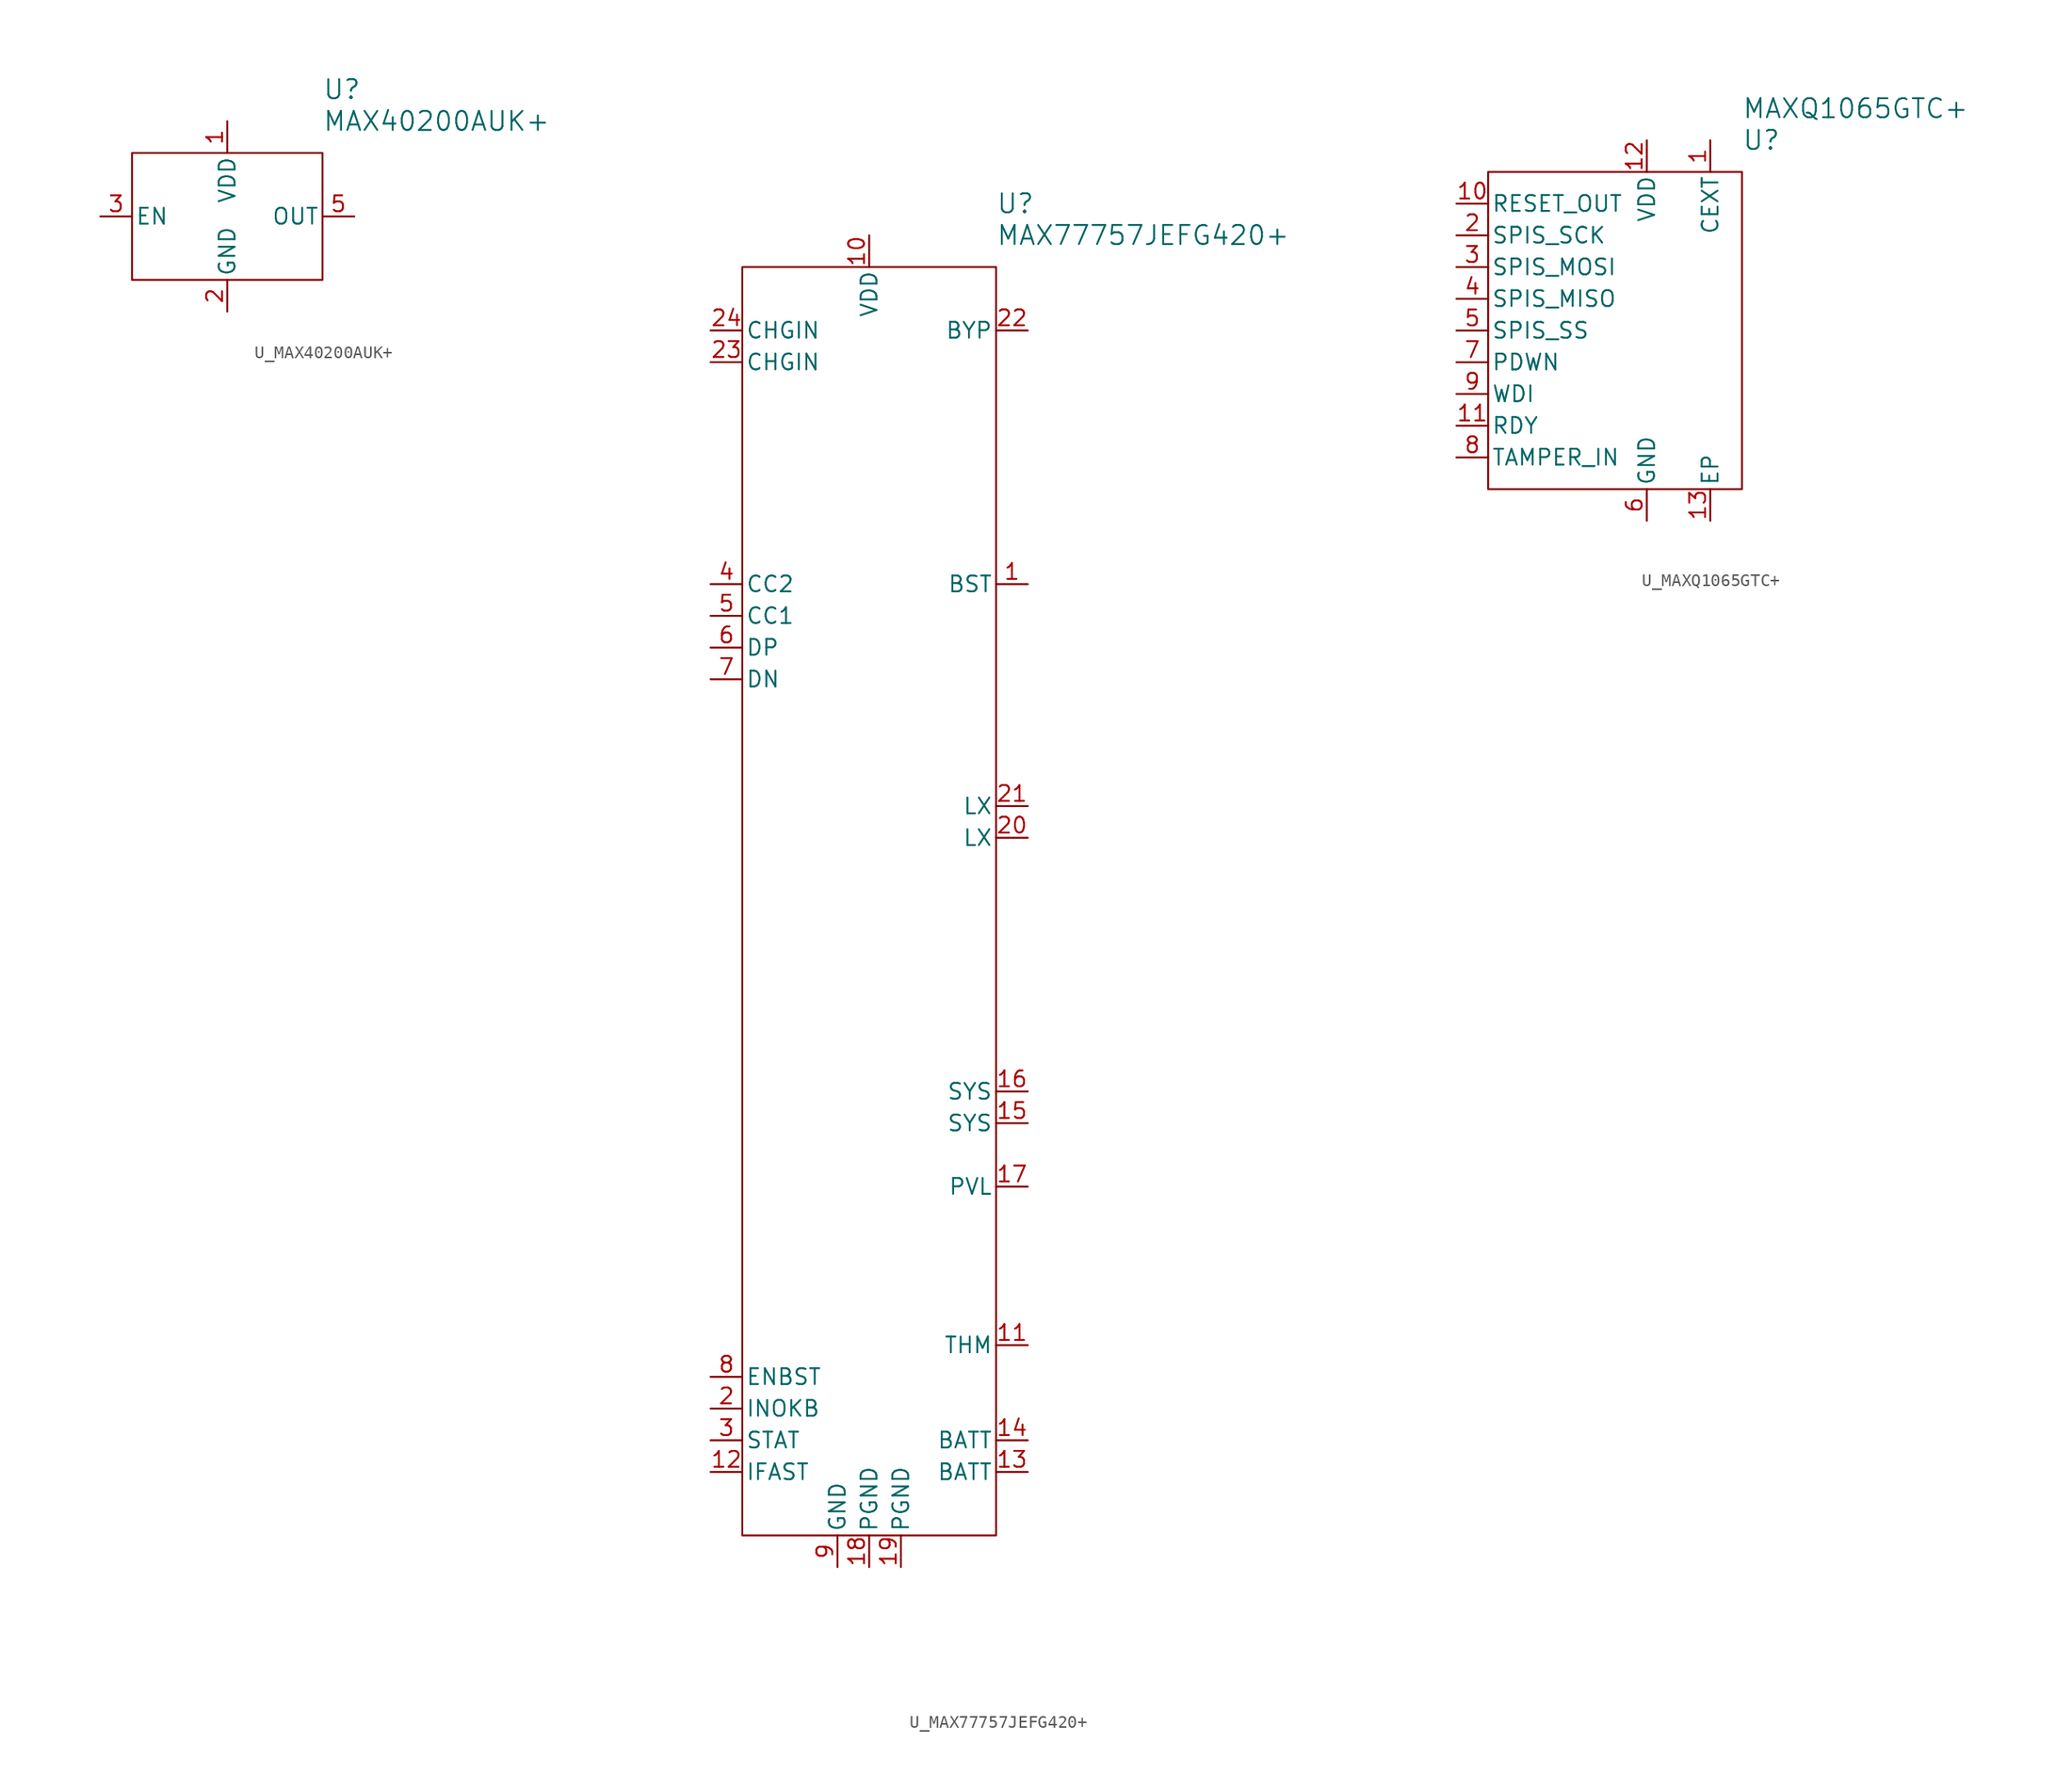
<source format=kicad_sym>
(kicad_symbol_lib
  (version 20241209)
  (generator "kicad_symbol_editor")
  (generator_version "9.0")
  (symbol "U_MAX40200AUK+"
    (pin_names
      (offset 0.254))
    (property "Reference" "U"
      (at 7.62 10.16 0)
      (effects (font (size 1.524 1.524)) (justify left)))
    (property "Value" "MAX40200AUK+"
      (at 7.62 7.62 0)
      (effects (font (size 1.524 1.524)) (justify left)))
    (symbol "U_MAX40200AUK+_0_1"
      (rectangle (start -7.62 5.08) (end 7.62 -5.08) (stroke (width 0) (type default)) (fill (type none))))
    (symbol "U_MAX40200AUK+_1_1"
      (pin input line (at -10.16 0 0) (length 2.54) (name "EN" (effects (font (size 1.27 1.27)))) (number "3" (effects (font (size 1.27 1.27)))))
      (pin no_connect line (at -2.54 -7.62 90) (length 2.54) (hide yes) (name "NC" (effects (font (size 1.27 1.27)))) (number "4" (effects (font (size 1.27 1.27)))))
      (pin power_in line (at 0 7.62 270) (length 2.54) (name "VDD" (effects (font (size 1.27 1.27)))) (number "1" (effects (font (size 1.27 1.27)))))
      (pin power_in line (at 0 -7.62 90) (length 2.54) (name "GND" (effects (font (size 1.27 1.27)))) (number "2" (effects (font (size 1.27 1.27)))))
      (pin power_out line (at 10.16 0 180) (length 2.54) (name "OUT" (effects (font (size 1.27 1.27)))) (number "5" (effects (font (size 1.27 1.27)))))))
  (symbol "U_MAX77757JEFG420+"
    (pin_names
      (offset 0.254))
    (property "Reference" "U"
      (at 10.16 55.88 0)
      (effects (font (size 1.524 1.524)) (justify left)))
    (property "Value" "MAX77757JEFG420+"
      (at 10.16 53.34 0)
      (effects (font (size 1.524 1.524)) (justify left)))
    (symbol "U_MAX77757JEFG420+_0_1"
      (rectangle (start -10.16 50.8) (end 10.16 -50.8) (stroke (width 0) (type default)) (fill (type none)))
      (pin input line (at -12.7 45.72 0) (length 2.54) (name "CHGIN" (effects (font (size 1.27 1.27)))) (number "24" (effects (font (size 1.27 1.27)))))
      (pin input line (at -12.7 43.18 0) (length 2.54) (name "CHGIN" (effects (font (size 1.27 1.27)))) (number "23" (effects (font (size 1.27 1.27)))))
      (pin input line (at -12.7 -38.1 0) (length 2.54) (name "ENBST" (effects (font (size 1.27 1.27)))) (number "8" (effects (font (size 1.27 1.27)))))
      (pin bidirectional line (at -12.7 -40.64 0) (length 2.54) (name "INOKB" (effects (font (size 1.27 1.27)))) (number "2" (effects (font (size 1.27 1.27)))))
      (pin output line (at -12.7 -43.18 0) (length 2.54) (name "STAT" (effects (font (size 1.27 1.27)))) (number "3" (effects (font (size 1.27 1.27)))))
      (pin power_in line (at -2.54 -53.34 90) (length 2.54) (name "GND" (effects (font (size 1.27 1.27)))) (number "9" (effects (font (size 1.27 1.27)))))
      (pin power_in line (at 0 -53.34 90) (length 2.54) (name "PGND" (effects (font (size 1.27 1.27)))) (number "18" (effects (font (size 1.27 1.27)))))
      (pin power_in line (at 2.54 -53.34 90) (length 2.54) (name "PGND" (effects (font (size 1.27 1.27)))) (number "19" (effects (font (size 1.27 1.27)))))
      (pin output line (at 12.7 -22.86 180) (length 2.54) (name "PVL" (effects (font (size 1.27 1.27)))) (number "17" (effects (font (size 1.27 1.27))))))
    (symbol "U_MAX77757JEFG420+_1_1"
      (pin bidirectional line (at -12.7 25.4 0) (length 2.54) (name "CC2" (effects (font (size 1.27 1.27)))) (number "4" (effects (font (size 1.27 1.27)))))
      (pin bidirectional line (at -12.7 22.86 0) (length 2.54) (name "CC1" (effects (font (size 1.27 1.27)))) (number "5" (effects (font (size 1.27 1.27)))))
      (pin bidirectional line (at -12.7 20.32 0) (length 2.54) (name "DP" (effects (font (size 1.27 1.27)))) (number "6" (effects (font (size 1.27 1.27)))))
      (pin bidirectional line (at -12.7 17.78 0) (length 2.54) (name "DN" (effects (font (size 1.27 1.27)))) (number "7" (effects (font (size 1.27 1.27)))))
      (pin input line (at -12.7 -45.72 0) (length 2.54) (name "IFAST" (effects (font (size 1.27 1.27)))) (number "12" (effects (font (size 1.27 1.27)))))
      (pin power_in line (at 0 53.34 270) (length 2.54) (name "VDD" (effects (font (size 1.27 1.27)))) (number "10" (effects (font (size 1.27 1.27)))))
      (pin bidirectional line (at 12.7 45.72 180) (length 2.54) (name "BYP" (effects (font (size 1.27 1.27)))) (number "22" (effects (font (size 1.27 1.27)))))
      (pin output line (at 12.7 25.4 180) (length 2.54) (name "BST" (effects (font (size 1.27 1.27)))) (number "1" (effects (font (size 1.27 1.27)))))
      (pin input line (at 12.7 7.62 180) (length 2.54) (name "LX" (effects (font (size 1.27 1.27)))) (number "21" (effects (font (size 1.27 1.27)))))
      (pin input line (at 12.7 5.08 180) (length 2.54) (name "LX" (effects (font (size 1.27 1.27)))) (number "20" (effects (font (size 1.27 1.27)))))
      (pin output line (at 12.7 -15.24 180) (length 2.54) (name "SYS" (effects (font (size 1.27 1.27)))) (number "16" (effects (font (size 1.27 1.27)))))
      (pin output line (at 12.7 -17.78 180) (length 2.54) (name "SYS" (effects (font (size 1.27 1.27)))) (number "15" (effects (font (size 1.27 1.27)))))
      (pin input line (at 12.7 -35.56 180) (length 2.54) (name "THM" (effects (font (size 1.27 1.27)))) (number "11" (effects (font (size 1.27 1.27)))))
      (pin output line (at 12.7 -43.18 180) (length 2.54) (name "BATT" (effects (font (size 1.27 1.27)))) (number "14" (effects (font (size 1.27 1.27)))))
      (pin output line (at 12.7 -45.72 180) (length 2.54) (name "BATT" (effects (font (size 1.27 1.27)))) (number "13" (effects (font (size 1.27 1.27)))))))
  (symbol "U_MAXQ1065GTC+"
    (pin_names
      (offset 0.254))
    (property "Reference" "U"
      (at 10.16 15.24 0)
      (effects (font (size 1.524 1.524)) (justify left)))
    (property "Value" "MAXQ1065GTC+"
      (at 10.16 17.78 0)
      (effects (font (size 1.524 1.524)) (justify left)))
    (symbol "U_MAXQ1065GTC+_0_1"
      (pin output line (at -12.7 10.16 0) (length 2.54) (name "RESET_OUT" (effects (font (size 1.27 1.27)))) (number "10" (effects (font (size 1.27 1.27)))))
      (pin input line (at -12.7 7.62 0) (length 2.54) (name "SPIS_SCK" (effects (font (size 1.27 1.27)))) (number "2" (effects (font (size 1.27 1.27)))))
      (pin input line (at -12.7 5.08 0) (length 2.54) (name "SPIS_MOSI" (effects (font (size 1.27 1.27)))) (number "3" (effects (font (size 1.27 1.27)))))
      (pin output line (at -12.7 2.54 0) (length 2.54) (name "SPIS_MISO" (effects (font (size 1.27 1.27)))) (number "4" (effects (font (size 1.27 1.27)))))
      (pin input line (at -12.7 0 0) (length 2.54) (name "SPIS_SS" (effects (font (size 1.27 1.27)))) (number "5" (effects (font (size 1.27 1.27)))))
      (pin input line (at -12.7 -5.08 0) (length 2.54) (name "WDI" (effects (font (size 1.27 1.27)))) (number "9" (effects (font (size 1.27 1.27)))))
      (pin output line (at -12.7 -7.62 0) (length 2.54) (name "RDY" (effects (font (size 1.27 1.27)))) (number "11" (effects (font (size 1.27 1.27)))))
      (pin input line (at -12.7 -10.16 0) (length 2.54) (name "TAMPER_IN" (effects (font (size 1.27 1.27)))) (number "8" (effects (font (size 1.27 1.27)))))
      (pin power_in line (at 2.54 15.24 270) (length 2.54) (name "VDD" (effects (font (size 1.27 1.27)))) (number "12" (effects (font (size 1.27 1.27))))))
    (symbol "U_MAXQ1065GTC+_1_1"
      (rectangle (start -10.16 12.7) (end 10.16 -12.7) (stroke (width 0) (type default)) (fill (type none)))
      (pin input line (at -12.7 -2.54 0) (length 2.54) (name "PDWN" (effects (font (size 1.27 1.27)))) (number "7" (effects (font (size 1.27 1.27)))))
      (pin power_in line (at 2.54 -15.24 90) (length 2.54) (name "GND" (effects (font (size 1.27 1.27)))) (number "6" (effects (font (size 1.27 1.27)))))
      (pin input line (at 7.62 15.24 270) (length 2.54) (name "CEXT" (effects (font (size 1.27 1.27)))) (number "1" (effects (font (size 1.27 1.27)))))
      (pin power_in line (at 7.62 -15.24 90) (length 2.54) (name "EP" (effects (font (size 1.27 1.27)))) (number "13" (effects (font (size 1.27 1.27))))))))
</source>
